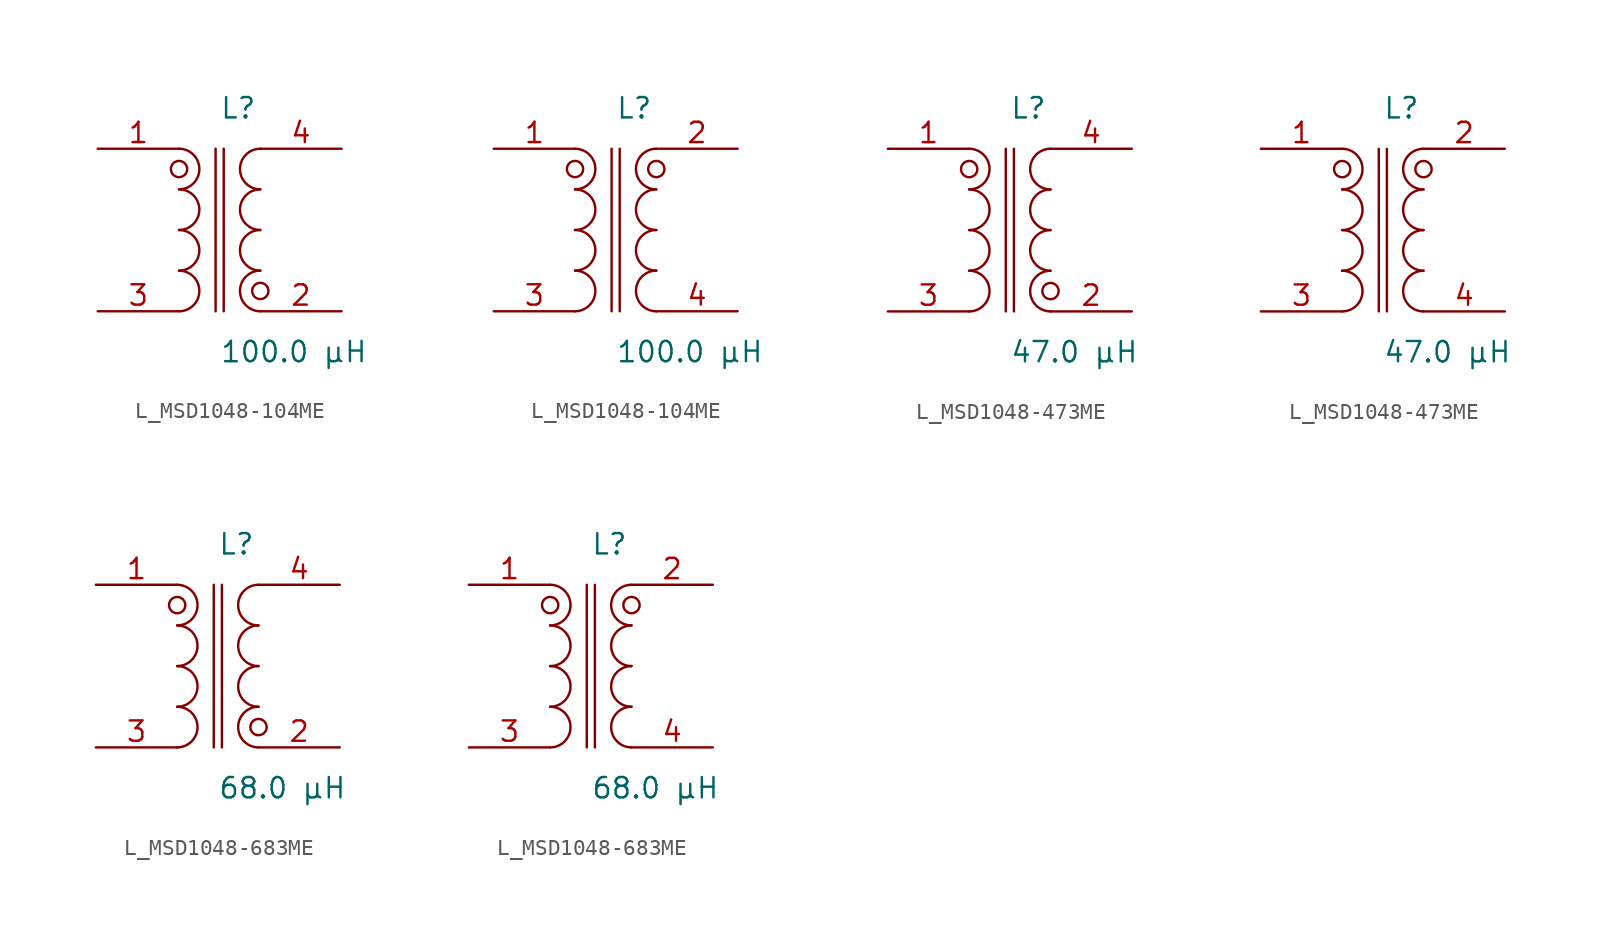
<source format=kicad_sym>
(kicad_symbol_lib
  (version 20231120)
  (generator kicad_symbol_editor)
  (generator_version 8.0)
  (symbol "L_MSD1048-104ME"
    (pin_names
      (offset 0.254))
    (property "Reference" "L"
      (at 0.0 7.62 0)
      (effects (font (size 1.27 1.27)) (justify left)))
    (property "Value" "100.0 µH"
      (at 0.0 -7.62 0)
      (effects (font (size 1.27 1.27)) (justify left)))
    (symbol "L_MSD1048-104ME_1_1"
      (arc (start -2.54 -5.08) (mid -1.27 -3.81) (end -2.54 -2.54) (stroke (width 0) (type default)) (fill (type none)))
      (arc (start -2.54 -2.54) (mid -1.27 -1.27) (end -2.54 0.0) (stroke (width 0) (type default)) (fill (type none)))
      (arc (start -2.54 0.0) (mid -1.27 1.27) (end -2.54 2.54) (stroke (width 0) (type default)) (fill (type none)))
      (arc (start -2.54 2.54) (mid -1.27 3.81) (end -2.54 5.08) (stroke (width 0) (type default)) (fill (type none)))
      (arc (start 2.54 -5.08) (mid 1.27 -3.81) (end 2.54 -2.54) (stroke (width 0) (type default)) (fill (type none)))
      (arc (start 2.54 -2.54) (mid 1.27 -1.27) (end 2.54 0.0) (stroke (width 0) (type default)) (fill (type none)))
      (arc (start 2.54 0.0) (mid 1.27 1.27) (end 2.54 2.54) (stroke (width 0) (type default)) (fill (type none)))
      (arc (start 2.54 2.54) (mid 1.27 3.81) (end 2.54 5.08) (stroke (width 0) (type default)) (fill (type none)))
      (circle (center -2.54 3.81) (radius 0.508) (stroke (width 0) (type default)) (fill (type none)))
      (circle (center 2.54 -3.81) (radius 0.508) (stroke (width 0) (type default)) (fill (type none)))
      (polyline (pts (xy -0.254 5.08) (xy -0.254 -5.08)) (stroke (width 0) (type default)) (fill (type none)))
      (polyline (pts (xy 0.254 5.08) (xy 0.254 -5.08)) (stroke (width 0) (type default)) (fill (type none)))
      (pin unspecified line (at -7.62 5.08 0) (length 5.08) (name "" (effects (font (size 1.27 1.27)))) (number "1" (effects (font (size 1.27 1.27)))))
      (pin unspecified line (at -7.62 -5.08 0) (length 5.08) (name "" (effects (font (size 1.27 1.27)))) (number "3" (effects (font (size 1.27 1.27)))))
      (pin unspecified line (at 7.62 5.08 180) (length 5.08) (name "" (effects (font (size 1.27 1.27)))) (number "4" (effects (font (size 1.27 1.27)))))
      (pin unspecified line (at 7.62 -5.08 180) (length 5.08) (name "" (effects (font (size 1.27 1.27)))) (number "2" (effects (font (size 1.27 1.27))))))
    (symbol "L_MSD1048-104ME_1_2"
      (arc (start -2.54 -5.08) (mid -1.27 -3.81) (end -2.54 -2.54) (stroke (width 0) (type default)) (fill (type none)))
      (arc (start -2.54 -2.54) (mid -1.27 -1.27) (end -2.54 0.0) (stroke (width 0) (type default)) (fill (type none)))
      (arc (start -2.54 0.0) (mid -1.27 1.27) (end -2.54 2.54) (stroke (width 0) (type default)) (fill (type none)))
      (arc (start -2.54 2.54) (mid -1.27 3.81) (end -2.54 5.08) (stroke (width 0) (type default)) (fill (type none)))
      (arc (start 2.54 -5.08) (mid 1.27 -3.81) (end 2.54 -2.54) (stroke (width 0) (type default)) (fill (type none)))
      (arc (start 2.54 -2.54) (mid 1.27 -1.27) (end 2.54 0.0) (stroke (width 0) (type default)) (fill (type none)))
      (arc (start 2.54 0.0) (mid 1.27 1.27) (end 2.54 2.54) (stroke (width 0) (type default)) (fill (type none)))
      (arc (start 2.54 2.54) (mid 1.27 3.81) (end 2.54 5.08) (stroke (width 0) (type default)) (fill (type none)))
      (circle (center -2.54 3.81) (radius 0.508) (stroke (width 0) (type default)) (fill (type none)))
      (circle (center 2.54 3.81) (radius 0.508) (stroke (width 0) (type default)) (fill (type none)))
      (polyline (pts (xy -0.254 5.08) (xy -0.254 -5.08)) (stroke (width 0) (type default)) (fill (type none)))
      (polyline (pts (xy 0.254 5.08) (xy 0.254 -5.08)) (stroke (width 0) (type default)) (fill (type none)))
      (pin unspecified line (at -7.62 5.08 0) (length 5.08) (name "" (effects (font (size 1.27 1.27)))) (number "1" (effects (font (size 1.27 1.27)))))
      (pin unspecified line (at -7.62 -5.08 0) (length 5.08) (name "" (effects (font (size 1.27 1.27)))) (number "3" (effects (font (size 1.27 1.27)))))
      (pin unspecified line (at 7.62 -5.08 180) (length 5.08) (name "" (effects (font (size 1.27 1.27)))) (number "4" (effects (font (size 1.27 1.27)))))
      (pin unspecified line (at 7.62 5.08 180) (length 5.08) (name "" (effects (font (size 1.27 1.27)))) (number "2" (effects (font (size 1.27 1.27)))))))
  (symbol "L_MSD1048-473ME"
    (pin_names
      (offset 0.254))
    (property "Reference" "L"
      (at 0.0 7.62 0)
      (effects (font (size 1.27 1.27)) (justify left)))
    (property "Value" "47.0 µH"
      (at 0.0 -7.62 0)
      (effects (font (size 1.27 1.27)) (justify left)))
    (symbol "L_MSD1048-473ME_1_1"
      (arc (start -2.54 -5.08) (mid -1.27 -3.81) (end -2.54 -2.54) (stroke (width 0) (type default)) (fill (type none)))
      (arc (start -2.54 -2.54) (mid -1.27 -1.27) (end -2.54 0.0) (stroke (width 0) (type default)) (fill (type none)))
      (arc (start -2.54 0.0) (mid -1.27 1.27) (end -2.54 2.54) (stroke (width 0) (type default)) (fill (type none)))
      (arc (start -2.54 2.54) (mid -1.27 3.81) (end -2.54 5.08) (stroke (width 0) (type default)) (fill (type none)))
      (arc (start 2.54 -5.08) (mid 1.27 -3.81) (end 2.54 -2.54) (stroke (width 0) (type default)) (fill (type none)))
      (arc (start 2.54 -2.54) (mid 1.27 -1.27) (end 2.54 0.0) (stroke (width 0) (type default)) (fill (type none)))
      (arc (start 2.54 0.0) (mid 1.27 1.27) (end 2.54 2.54) (stroke (width 0) (type default)) (fill (type none)))
      (arc (start 2.54 2.54) (mid 1.27 3.81) (end 2.54 5.08) (stroke (width 0) (type default)) (fill (type none)))
      (circle (center -2.54 3.81) (radius 0.508) (stroke (width 0) (type default)) (fill (type none)))
      (circle (center 2.54 -3.81) (radius 0.508) (stroke (width 0) (type default)) (fill (type none)))
      (polyline (pts (xy -0.254 5.08) (xy -0.254 -5.08)) (stroke (width 0) (type default)) (fill (type none)))
      (polyline (pts (xy 0.254 5.08) (xy 0.254 -5.08)) (stroke (width 0) (type default)) (fill (type none)))
      (pin unspecified line (at -7.62 5.08 0) (length 5.08) (name "" (effects (font (size 1.27 1.27)))) (number "1" (effects (font (size 1.27 1.27)))))
      (pin unspecified line (at -7.62 -5.08 0) (length 5.08) (name "" (effects (font (size 1.27 1.27)))) (number "3" (effects (font (size 1.27 1.27)))))
      (pin unspecified line (at 7.62 5.08 180) (length 5.08) (name "" (effects (font (size 1.27 1.27)))) (number "4" (effects (font (size 1.27 1.27)))))
      (pin unspecified line (at 7.62 -5.08 180) (length 5.08) (name "" (effects (font (size 1.27 1.27)))) (number "2" (effects (font (size 1.27 1.27))))))
    (symbol "L_MSD1048-473ME_1_2"
      (arc (start -2.54 -5.08) (mid -1.27 -3.81) (end -2.54 -2.54) (stroke (width 0) (type default)) (fill (type none)))
      (arc (start -2.54 -2.54) (mid -1.27 -1.27) (end -2.54 0.0) (stroke (width 0) (type default)) (fill (type none)))
      (arc (start -2.54 0.0) (mid -1.27 1.27) (end -2.54 2.54) (stroke (width 0) (type default)) (fill (type none)))
      (arc (start -2.54 2.54) (mid -1.27 3.81) (end -2.54 5.08) (stroke (width 0) (type default)) (fill (type none)))
      (arc (start 2.54 -5.08) (mid 1.27 -3.81) (end 2.54 -2.54) (stroke (width 0) (type default)) (fill (type none)))
      (arc (start 2.54 -2.54) (mid 1.27 -1.27) (end 2.54 0.0) (stroke (width 0) (type default)) (fill (type none)))
      (arc (start 2.54 0.0) (mid 1.27 1.27) (end 2.54 2.54) (stroke (width 0) (type default)) (fill (type none)))
      (arc (start 2.54 2.54) (mid 1.27 3.81) (end 2.54 5.08) (stroke (width 0) (type default)) (fill (type none)))
      (circle (center -2.54 3.81) (radius 0.508) (stroke (width 0) (type default)) (fill (type none)))
      (circle (center 2.54 3.81) (radius 0.508) (stroke (width 0) (type default)) (fill (type none)))
      (polyline (pts (xy -0.254 5.08) (xy -0.254 -5.08)) (stroke (width 0) (type default)) (fill (type none)))
      (polyline (pts (xy 0.254 5.08) (xy 0.254 -5.08)) (stroke (width 0) (type default)) (fill (type none)))
      (pin unspecified line (at -7.62 5.08 0) (length 5.08) (name "" (effects (font (size 1.27 1.27)))) (number "1" (effects (font (size 1.27 1.27)))))
      (pin unspecified line (at -7.62 -5.08 0) (length 5.08) (name "" (effects (font (size 1.27 1.27)))) (number "3" (effects (font (size 1.27 1.27)))))
      (pin unspecified line (at 7.62 -5.08 180) (length 5.08) (name "" (effects (font (size 1.27 1.27)))) (number "4" (effects (font (size 1.27 1.27)))))
      (pin unspecified line (at 7.62 5.08 180) (length 5.08) (name "" (effects (font (size 1.27 1.27)))) (number "2" (effects (font (size 1.27 1.27)))))))
  (symbol "L_MSD1048-683ME"
    (pin_names
      (offset 0.254))
    (property "Reference" "L"
      (at 0.0 7.62 0)
      (effects (font (size 1.27 1.27)) (justify left)))
    (property "Value" "68.0 µH"
      (at 0.0 -7.62 0)
      (effects (font (size 1.27 1.27)) (justify left)))
    (symbol "L_MSD1048-683ME_1_1"
      (arc (start -2.54 -5.08) (mid -1.27 -3.81) (end -2.54 -2.54) (stroke (width 0) (type default)) (fill (type none)))
      (arc (start -2.54 -2.54) (mid -1.27 -1.27) (end -2.54 0.0) (stroke (width 0) (type default)) (fill (type none)))
      (arc (start -2.54 0.0) (mid -1.27 1.27) (end -2.54 2.54) (stroke (width 0) (type default)) (fill (type none)))
      (arc (start -2.54 2.54) (mid -1.27 3.81) (end -2.54 5.08) (stroke (width 0) (type default)) (fill (type none)))
      (arc (start 2.54 -5.08) (mid 1.27 -3.81) (end 2.54 -2.54) (stroke (width 0) (type default)) (fill (type none)))
      (arc (start 2.54 -2.54) (mid 1.27 -1.27) (end 2.54 0.0) (stroke (width 0) (type default)) (fill (type none)))
      (arc (start 2.54 0.0) (mid 1.27 1.27) (end 2.54 2.54) (stroke (width 0) (type default)) (fill (type none)))
      (arc (start 2.54 2.54) (mid 1.27 3.81) (end 2.54 5.08) (stroke (width 0) (type default)) (fill (type none)))
      (circle (center -2.54 3.81) (radius 0.508) (stroke (width 0) (type default)) (fill (type none)))
      (circle (center 2.54 -3.81) (radius 0.508) (stroke (width 0) (type default)) (fill (type none)))
      (polyline (pts (xy -0.254 5.08) (xy -0.254 -5.08)) (stroke (width 0) (type default)) (fill (type none)))
      (polyline (pts (xy 0.254 5.08) (xy 0.254 -5.08)) (stroke (width 0) (type default)) (fill (type none)))
      (pin unspecified line (at -7.62 5.08 0) (length 5.08) (name "" (effects (font (size 1.27 1.27)))) (number "1" (effects (font (size 1.27 1.27)))))
      (pin unspecified line (at -7.62 -5.08 0) (length 5.08) (name "" (effects (font (size 1.27 1.27)))) (number "3" (effects (font (size 1.27 1.27)))))
      (pin unspecified line (at 7.62 5.08 180) (length 5.08) (name "" (effects (font (size 1.27 1.27)))) (number "4" (effects (font (size 1.27 1.27)))))
      (pin unspecified line (at 7.62 -5.08 180) (length 5.08) (name "" (effects (font (size 1.27 1.27)))) (number "2" (effects (font (size 1.27 1.27))))))
    (symbol "L_MSD1048-683ME_1_2"
      (arc (start -2.54 -5.08) (mid -1.27 -3.81) (end -2.54 -2.54) (stroke (width 0) (type default)) (fill (type none)))
      (arc (start -2.54 -2.54) (mid -1.27 -1.27) (end -2.54 0.0) (stroke (width 0) (type default)) (fill (type none)))
      (arc (start -2.54 0.0) (mid -1.27 1.27) (end -2.54 2.54) (stroke (width 0) (type default)) (fill (type none)))
      (arc (start -2.54 2.54) (mid -1.27 3.81) (end -2.54 5.08) (stroke (width 0) (type default)) (fill (type none)))
      (arc (start 2.54 -5.08) (mid 1.27 -3.81) (end 2.54 -2.54) (stroke (width 0) (type default)) (fill (type none)))
      (arc (start 2.54 -2.54) (mid 1.27 -1.27) (end 2.54 0.0) (stroke (width 0) (type default)) (fill (type none)))
      (arc (start 2.54 0.0) (mid 1.27 1.27) (end 2.54 2.54) (stroke (width 0) (type default)) (fill (type none)))
      (arc (start 2.54 2.54) (mid 1.27 3.81) (end 2.54 5.08) (stroke (width 0) (type default)) (fill (type none)))
      (circle (center -2.54 3.81) (radius 0.508) (stroke (width 0) (type default)) (fill (type none)))
      (circle (center 2.54 3.81) (radius 0.508) (stroke (width 0) (type default)) (fill (type none)))
      (polyline (pts (xy -0.254 5.08) (xy -0.254 -5.08)) (stroke (width 0) (type default)) (fill (type none)))
      (polyline (pts (xy 0.254 5.08) (xy 0.254 -5.08)) (stroke (width 0) (type default)) (fill (type none)))
      (pin unspecified line (at -7.62 5.08 0) (length 5.08) (name "" (effects (font (size 1.27 1.27)))) (number "1" (effects (font (size 1.27 1.27)))))
      (pin unspecified line (at -7.62 -5.08 0) (length 5.08) (name "" (effects (font (size 1.27 1.27)))) (number "3" (effects (font (size 1.27 1.27)))))
      (pin unspecified line (at 7.62 -5.08 180) (length 5.08) (name "" (effects (font (size 1.27 1.27)))) (number "4" (effects (font (size 1.27 1.27)))))
      (pin unspecified line (at 7.62 5.08 180) (length 5.08) (name "" (effects (font (size 1.27 1.27)))) (number "2" (effects (font (size 1.27 1.27))))))))
</source>
